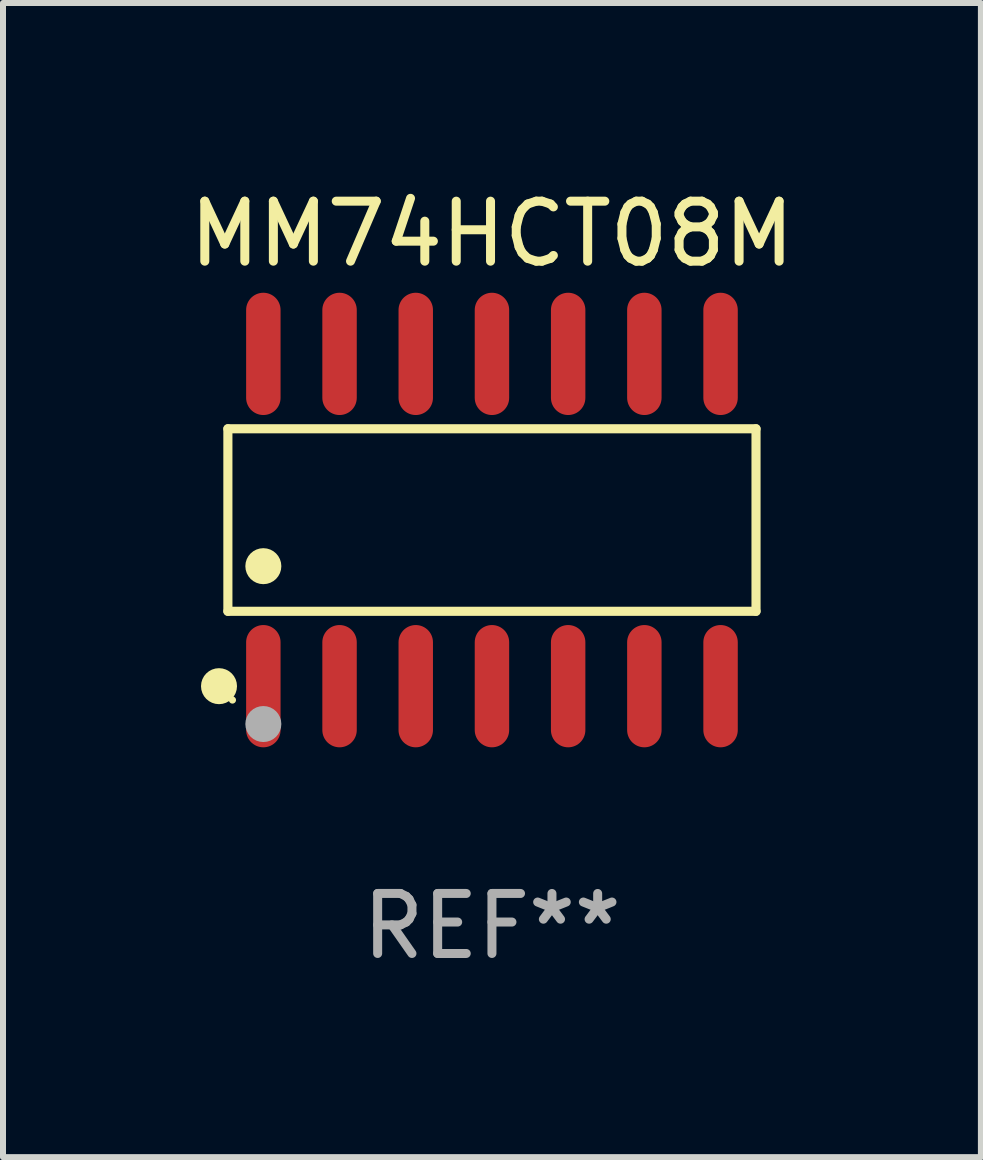
<source format=kicad_pcb>
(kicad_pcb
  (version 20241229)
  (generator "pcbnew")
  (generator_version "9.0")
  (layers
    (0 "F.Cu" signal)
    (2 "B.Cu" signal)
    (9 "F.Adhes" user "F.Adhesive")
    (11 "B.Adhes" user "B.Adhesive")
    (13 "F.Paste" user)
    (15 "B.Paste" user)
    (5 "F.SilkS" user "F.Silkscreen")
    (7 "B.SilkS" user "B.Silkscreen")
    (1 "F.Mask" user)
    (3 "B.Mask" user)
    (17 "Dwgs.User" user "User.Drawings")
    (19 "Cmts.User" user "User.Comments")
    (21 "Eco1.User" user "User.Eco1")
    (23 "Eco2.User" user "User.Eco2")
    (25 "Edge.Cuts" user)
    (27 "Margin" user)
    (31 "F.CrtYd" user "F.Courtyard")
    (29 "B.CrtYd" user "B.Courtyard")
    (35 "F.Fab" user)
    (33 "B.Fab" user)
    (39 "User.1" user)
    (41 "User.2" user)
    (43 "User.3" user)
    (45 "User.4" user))
  (footprint "MM74HCT08M"
    (layer "F.Cu")
    (at 5.149 5.617)
    (property "Reference" "MM74HCT08M" (at 0 -4.769 0) (layer "F.SilkS") (effects (font (size 1 1) (thickness 0.15))))
    (attr through_hole)
    (fp_line (start -4.401 -1.521) (end 4.401 -1.521) (stroke (width 0.152) (type solid)) (layer "F.SilkS"))
    (fp_line (start -4.401 1.521) (end -4.401 -1.521) (stroke (width 0.152) (type solid)) (layer "F.SilkS"))
    (fp_line (start 4.401 -1.521) (end 4.401 1.521) (stroke (width 0.152) (type solid)) (layer "F.SilkS"))
    (fp_line (start 4.401 1.521) (end -4.401 1.521) (stroke (width 0.152) (type solid)) (layer "F.SilkS"))
    (fp_circle (center -4.549 2.769) (end -4.399 2.769) (stroke (width 0.3) (type solid)) (fill no) (layer "F.SilkS"))
    (fp_circle (center -4.325 3) (end -4.295 3) (stroke (width 0.06) (type solid)) (fill no) (layer "F.SilkS"))
    (fp_circle (center -3.81 0.769) (end -3.66 0.769) (stroke (width 0.3) (type solid)) (fill no) (layer "F.SilkS"))
    (fp_circle (center -3.81 3.4) (end -3.66 3.4) (stroke (width 0.3) (type solid)) (fill no) (layer "F.Fab"))
    (fp_text user "REF**" (at 0 6.769 0) (layer "F.Fab") (effects (font (size 1 1) (thickness 0.15))))
    (pad "1" smd oval (at -3.81 2.769) (size 0.574 2.038) (layers "F.Cu" "F.Mask" "F.Paste"))
    (pad "2" smd oval (at -2.54 2.769) (size 0.574 2.038) (layers "F.Cu" "F.Mask" "F.Paste"))
    (pad "3" smd oval (at -1.27 2.769) (size 0.574 2.038) (layers "F.Cu" "F.Mask" "F.Paste"))
    (pad "4" smd oval (at 0 2.769) (size 0.574 2.038) (layers "F.Cu" "F.Mask" "F.Paste"))
    (pad "5" smd oval (at 1.27 2.769) (size 0.574 2.038) (layers "F.Cu" "F.Mask" "F.Paste"))
    (pad "6" smd oval (at 2.54 2.769) (size 0.574 2.038) (layers "F.Cu" "F.Mask" "F.Paste"))
    (pad "7" smd oval (at 3.81 2.769) (size 0.574 2.038) (layers "F.Cu" "F.Mask" "F.Paste"))
    (pad "8" smd oval (at 3.81 -2.769) (size 0.574 2.038) (layers "F.Cu" "F.Mask" "F.Paste"))
    (pad "9" smd oval (at 2.54 -2.769) (size 0.574 2.038) (layers "F.Cu" "F.Mask" "F.Paste"))
    (pad "10" smd oval (at 1.27 -2.769) (size 0.574 2.038) (layers "F.Cu" "F.Mask" "F.Paste"))
    (pad "11" smd oval (at 0 -2.769) (size 0.574 2.038) (layers "F.Cu" "F.Mask" "F.Paste"))
    (pad "12" smd oval (at -1.27 -2.769) (size 0.574 2.038) (layers "F.Cu" "F.Mask" "F.Paste"))
    (pad "13" smd oval (at -2.54 -2.769) (size 0.574 2.038) (layers "F.Cu" "F.Mask" "F.Paste"))
    (pad "14" smd oval (at -3.81 -2.769) (size 0.574 2.038) (layers "F.Cu" "F.Mask" "F.Paste")))
  (gr_rect
    (start -3 -3)
    (end 13.298 16.235)
    (stroke (width 0.1) (type default))
    (fill no)
    (layer "Edge.Cuts")))
</source>
